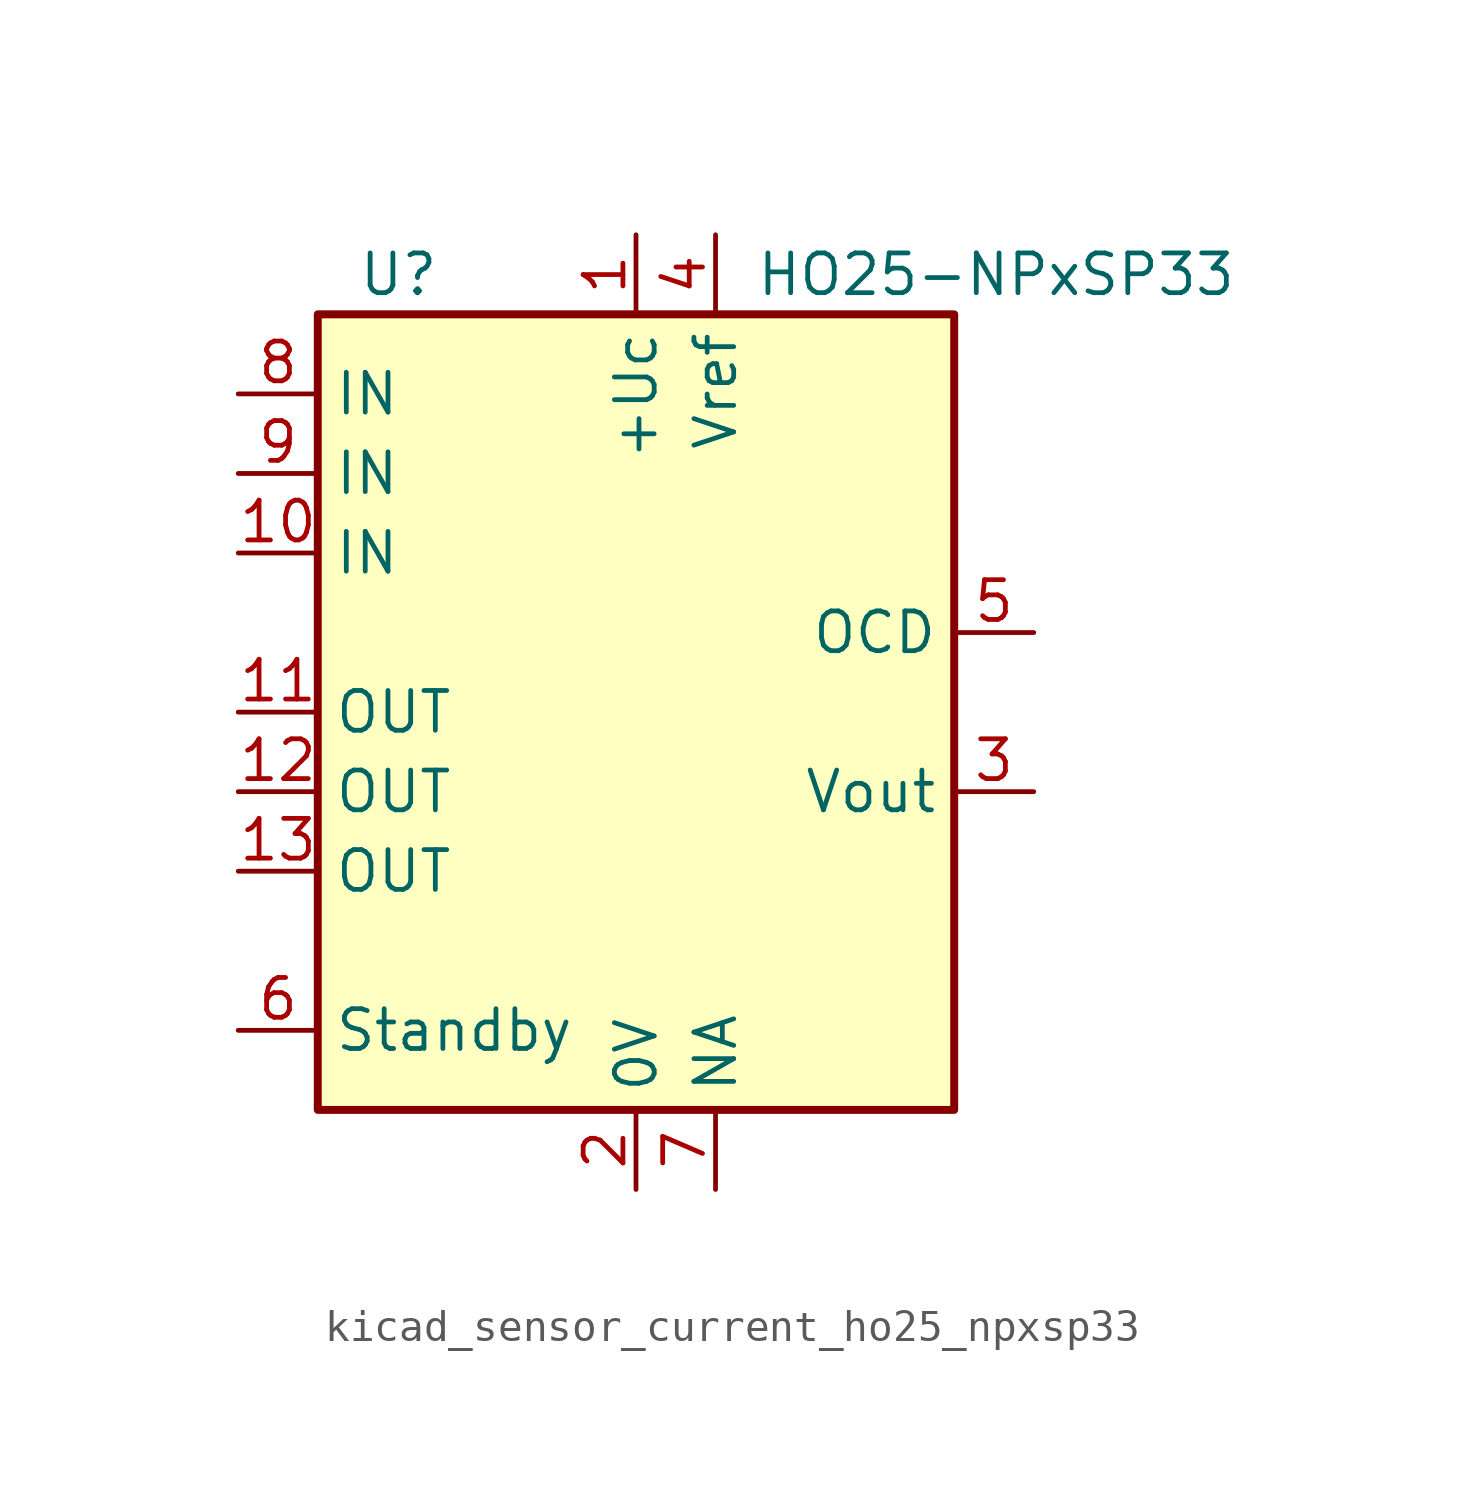
<source format=kicad_sym>
(kicad_symbol_lib
  (version 20220914)
  (generator kicad_symbol_editor)
  (symbol "kicad_sensor_current_ho25_npxsp33"
    (property "Reference" "U"
      (at -8.89 13.97 0)
      (effects (font (size 1.27 1.27)) (justify left)))
    (property "Value" "HO25-NPxSP33"
      (at 3.81 13.97 0)
      (effects (font (size 1.27 1.27)) (justify left)))
    (symbol "kicad_sensor_current_ho25_npxsp33_0_1"
      (rectangle (start -10.16 12.7) (end 10.16 -12.7) (stroke (width 0.254) (type default)) (fill (type background))))
    (symbol "kicad_sensor_current_ho25_npxsp33_1_1"
      (pin power_in line (at 0 15.24 270) (length 2.54) (name "+Uc" (effects (font (size 1.27 1.27)))) (number "1" (effects (font (size 1.27 1.27)))))
      (pin passive line (at -12.7 5.08 0) (length 2.54) (name "IN" (effects (font (size 1.27 1.27)))) (number "10" (effects (font (size 1.27 1.27)))))
      (pin passive line (at -12.7 0 0) (length 2.54) (name "OUT" (effects (font (size 1.27 1.27)))) (number "11" (effects (font (size 1.27 1.27)))))
      (pin passive line (at -12.7 -2.54 0) (length 2.54) (name "OUT" (effects (font (size 1.27 1.27)))) (number "12" (effects (font (size 1.27 1.27)))))
      (pin passive line (at -12.7 -5.08 0) (length 2.54) (name "OUT" (effects (font (size 1.27 1.27)))) (number "13" (effects (font (size 1.27 1.27)))))
      (pin power_in line (at 0 -15.24 90) (length 2.54) (name "0V" (effects (font (size 1.27 1.27)))) (number "2" (effects (font (size 1.27 1.27)))))
      (pin output line (at 12.7 -2.54 180) (length 2.54) (name "Vout" (effects (font (size 1.27 1.27)))) (number "3" (effects (font (size 1.27 1.27)))))
      (pin passive line (at 2.54 15.24 270) (length 2.54) (name "Vref" (effects (font (size 1.27 1.27)))) (number "4" (effects (font (size 1.27 1.27)))))
      (pin open_collector line (at 12.7 2.54 180) (length 2.54) (name "OCD" (effects (font (size 1.27 1.27)))) (number "5" (effects (font (size 1.27 1.27)))))
      (pin input line (at -12.7 -10.16 0) (length 2.54) (name "Standby" (effects (font (size 1.27 1.27)))) (number "6" (effects (font (size 1.27 1.27)))))
      (pin passive line (at 2.54 -15.24 90) (length 2.54) (name "NA" (effects (font (size 1.27 1.27)))) (number "7" (effects (font (size 1.27 1.27)))))
      (pin passive line (at -12.7 10.16 0) (length 2.54) (name "IN" (effects (font (size 1.27 1.27)))) (number "8" (effects (font (size 1.27 1.27)))))
      (pin passive line (at -12.7 7.62 0) (length 2.54) (name "IN" (effects (font (size 1.27 1.27)))) (number "9" (effects (font (size 1.27 1.27))))))))
</source>
